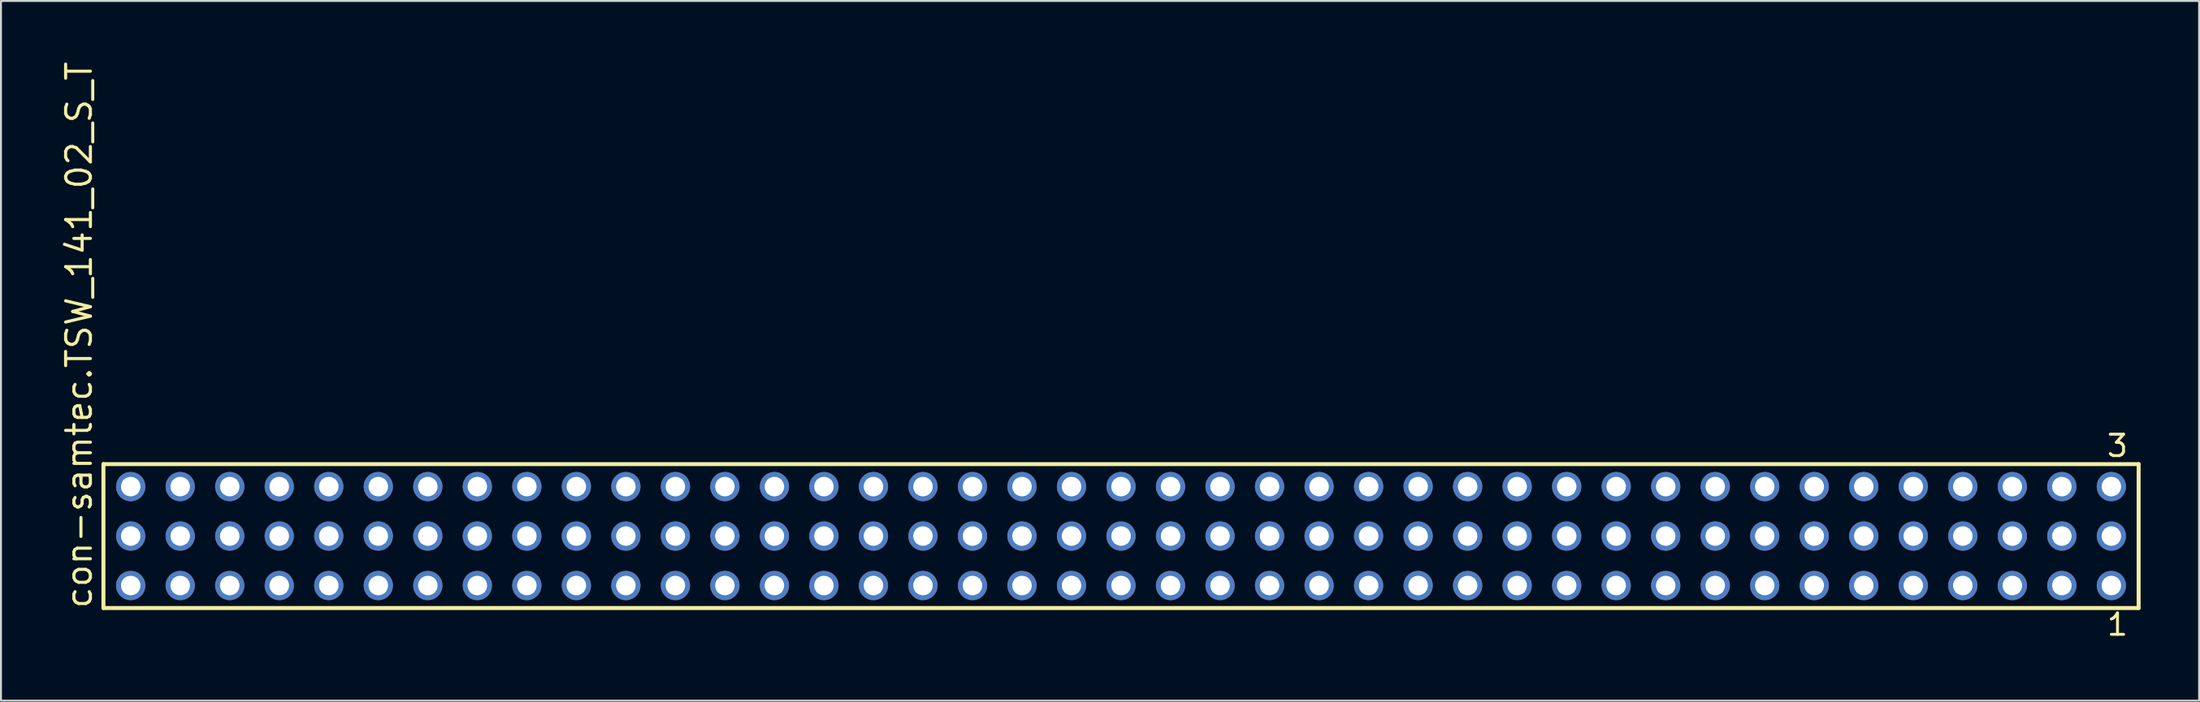
<source format=kicad_pcb>
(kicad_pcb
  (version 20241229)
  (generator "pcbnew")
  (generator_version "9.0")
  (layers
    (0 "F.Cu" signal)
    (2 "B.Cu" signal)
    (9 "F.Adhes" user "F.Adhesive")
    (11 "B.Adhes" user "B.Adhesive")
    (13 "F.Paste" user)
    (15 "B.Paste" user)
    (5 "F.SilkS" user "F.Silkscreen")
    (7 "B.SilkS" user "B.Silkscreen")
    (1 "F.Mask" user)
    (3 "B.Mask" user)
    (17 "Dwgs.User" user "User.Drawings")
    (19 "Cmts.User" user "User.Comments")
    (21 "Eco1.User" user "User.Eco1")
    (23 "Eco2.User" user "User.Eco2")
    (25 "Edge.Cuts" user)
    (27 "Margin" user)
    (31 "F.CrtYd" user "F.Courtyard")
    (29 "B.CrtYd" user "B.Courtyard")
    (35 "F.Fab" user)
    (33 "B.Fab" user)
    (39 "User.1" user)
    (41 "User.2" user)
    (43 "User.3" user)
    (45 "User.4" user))
  (footprint "con-samtec.TSW_141_02_S_T"
    (layer "F.Cu")
    (at 54.455 24.477)
    (property "Reference" "con-samtec.TSW_141_02_S_T" (at -52.705 3.81 90) (layer "F.SilkS") (effects (font (size 1.27 1.27) (thickness 0.16)) (justify left bottom)))
    (attr through_hole)
    (fp_line (start -52.199 -3.695) (end 52.199 -3.695) (stroke (width 0.203) (type default)) (layer "F.SilkS"))
    (fp_line (start -52.199 3.695) (end -52.199 -3.695) (stroke (width 0.203) (type default)) (layer "F.SilkS"))
    (fp_line (start 52.199 -3.695) (end 52.199 3.695) (stroke (width 0.203) (type default)) (layer "F.SilkS"))
    (fp_line (start 52.199 3.695) (end -52.199 3.695) (stroke (width 0.203) (type default)) (layer "F.SilkS"))
    (fp_rect (start -51.15 -2.19) (end -50.45 -2.89) (stroke (width 0.05) (type default)) (fill no) (layer "F.Fab"))
    (fp_rect (start -51.15 0.35) (end -50.45 -0.35) (stroke (width 0.05) (type default)) (fill no) (layer "F.Fab"))
    (fp_rect (start -51.15 2.89) (end -50.45 2.19) (stroke (width 0.05) (type default)) (fill no) (layer "F.Fab"))
    (fp_rect (start -48.61 -2.19) (end -47.91 -2.89) (stroke (width 0.05) (type default)) (fill no) (layer "F.Fab"))
    (fp_rect (start -48.61 0.35) (end -47.91 -0.35) (stroke (width 0.05) (type default)) (fill no) (layer "F.Fab"))
    (fp_rect (start -48.61 2.89) (end -47.91 2.19) (stroke (width 0.05) (type default)) (fill no) (layer "F.Fab"))
    (fp_rect (start -46.07 -2.19) (end -45.37 -2.89) (stroke (width 0.05) (type default)) (fill no) (layer "F.Fab"))
    (fp_rect (start -46.07 0.35) (end -45.37 -0.35) (stroke (width 0.05) (type default)) (fill no) (layer "F.Fab"))
    (fp_rect (start -46.07 2.89) (end -45.37 2.19) (stroke (width 0.05) (type default)) (fill no) (layer "F.Fab"))
    (fp_rect (start -43.53 -2.19) (end -42.83 -2.89) (stroke (width 0.05) (type default)) (fill no) (layer "F.Fab"))
    (fp_rect (start -43.53 0.35) (end -42.83 -0.35) (stroke (width 0.05) (type default)) (fill no) (layer "F.Fab"))
    (fp_rect (start -43.53 2.89) (end -42.83 2.19) (stroke (width 0.05) (type default)) (fill no) (layer "F.Fab"))
    (fp_rect (start -40.99 -2.19) (end -40.29 -2.89) (stroke (width 0.05) (type default)) (fill no) (layer "F.Fab"))
    (fp_rect (start -40.99 0.35) (end -40.29 -0.35) (stroke (width 0.05) (type default)) (fill no) (layer "F.Fab"))
    (fp_rect (start -40.99 2.89) (end -40.29 2.19) (stroke (width 0.05) (type default)) (fill no) (layer "F.Fab"))
    (fp_rect (start -38.45 -2.19) (end -37.75 -2.89) (stroke (width 0.05) (type default)) (fill no) (layer "F.Fab"))
    (fp_rect (start -38.45 0.35) (end -37.75 -0.35) (stroke (width 0.05) (type default)) (fill no) (layer "F.Fab"))
    (fp_rect (start -38.45 2.89) (end -37.75 2.19) (stroke (width 0.05) (type default)) (fill no) (layer "F.Fab"))
    (fp_rect (start -35.91 -2.19) (end -35.21 -2.89) (stroke (width 0.05) (type default)) (fill no) (layer "F.Fab"))
    (fp_rect (start -35.91 0.35) (end -35.21 -0.35) (stroke (width 0.05) (type default)) (fill no) (layer "F.Fab"))
    (fp_rect (start -35.91 2.89) (end -35.21 2.19) (stroke (width 0.05) (type default)) (fill no) (layer "F.Fab"))
    (fp_rect (start -33.37 -2.19) (end -32.67 -2.89) (stroke (width 0.05) (type default)) (fill no) (layer "F.Fab"))
    (fp_rect (start -33.37 0.35) (end -32.67 -0.35) (stroke (width 0.05) (type default)) (fill no) (layer "F.Fab"))
    (fp_rect (start -33.37 2.89) (end -32.67 2.19) (stroke (width 0.05) (type default)) (fill no) (layer "F.Fab"))
    (fp_rect (start -30.83 -2.19) (end -30.13 -2.89) (stroke (width 0.05) (type default)) (fill no) (layer "F.Fab"))
    (fp_rect (start -30.83 0.35) (end -30.13 -0.35) (stroke (width 0.05) (type default)) (fill no) (layer "F.Fab"))
    (fp_rect (start -30.83 2.89) (end -30.13 2.19) (stroke (width 0.05) (type default)) (fill no) (layer "F.Fab"))
    (fp_rect (start -28.29 -2.19) (end -27.59 -2.89) (stroke (width 0.05) (type default)) (fill no) (layer "F.Fab"))
    (fp_rect (start -28.29 0.35) (end -27.59 -0.35) (stroke (width 0.05) (type default)) (fill no) (layer "F.Fab"))
    (fp_rect (start -28.29 2.89) (end -27.59 2.19) (stroke (width 0.05) (type default)) (fill no) (layer "F.Fab"))
    (fp_rect (start -25.75 -2.19) (end -25.05 -2.89) (stroke (width 0.05) (type default)) (fill no) (layer "F.Fab"))
    (fp_rect (start -25.75 0.35) (end -25.05 -0.35) (stroke (width 0.05) (type default)) (fill no) (layer "F.Fab"))
    (fp_rect (start -25.75 2.89) (end -25.05 2.19) (stroke (width 0.05) (type default)) (fill no) (layer "F.Fab"))
    (fp_rect (start -23.21 -2.19) (end -22.51 -2.89) (stroke (width 0.05) (type default)) (fill no) (layer "F.Fab"))
    (fp_rect (start -23.21 0.35) (end -22.51 -0.35) (stroke (width 0.05) (type default)) (fill no) (layer "F.Fab"))
    (fp_rect (start -23.21 2.89) (end -22.51 2.19) (stroke (width 0.05) (type default)) (fill no) (layer "F.Fab"))
    (fp_rect (start -20.67 -2.19) (end -19.97 -2.89) (stroke (width 0.05) (type default)) (fill no) (layer "F.Fab"))
    (fp_rect (start -20.67 0.35) (end -19.97 -0.35) (stroke (width 0.05) (type default)) (fill no) (layer "F.Fab"))
    (fp_rect (start -20.67 2.89) (end -19.97 2.19) (stroke (width 0.05) (type default)) (fill no) (layer "F.Fab"))
    (fp_rect (start -18.13 -2.19) (end -17.43 -2.89) (stroke (width 0.05) (type default)) (fill no) (layer "F.Fab"))
    (fp_rect (start -18.13 0.35) (end -17.43 -0.35) (stroke (width 0.05) (type default)) (fill no) (layer "F.Fab"))
    (fp_rect (start -18.13 2.89) (end -17.43 2.19) (stroke (width 0.05) (type default)) (fill no) (layer "F.Fab"))
    (fp_rect (start -15.59 -2.19) (end -14.89 -2.89) (stroke (width 0.05) (type default)) (fill no) (layer "F.Fab"))
    (fp_rect (start -15.59 0.35) (end -14.89 -0.35) (stroke (width 0.05) (type default)) (fill no) (layer "F.Fab"))
    (fp_rect (start -15.59 2.89) (end -14.89 2.19) (stroke (width 0.05) (type default)) (fill no) (layer "F.Fab"))
    (fp_rect (start -13.05 -2.19) (end -12.35 -2.89) (stroke (width 0.05) (type default)) (fill no) (layer "F.Fab"))
    (fp_rect (start -13.05 0.35) (end -12.35 -0.35) (stroke (width 0.05) (type default)) (fill no) (layer "F.Fab"))
    (fp_rect (start -13.05 2.89) (end -12.35 2.19) (stroke (width 0.05) (type default)) (fill no) (layer "F.Fab"))
    (fp_rect (start -10.51 -2.19) (end -9.81 -2.89) (stroke (width 0.05) (type default)) (fill no) (layer "F.Fab"))
    (fp_rect (start -10.51 0.35) (end -9.81 -0.35) (stroke (width 0.05) (type default)) (fill no) (layer "F.Fab"))
    (fp_rect (start -10.51 2.89) (end -9.81 2.19) (stroke (width 0.05) (type default)) (fill no) (layer "F.Fab"))
    (fp_rect (start -7.97 -2.19) (end -7.27 -2.89) (stroke (width 0.05) (type default)) (fill no) (layer "F.Fab"))
    (fp_rect (start -7.97 0.35) (end -7.27 -0.35) (stroke (width 0.05) (type default)) (fill no) (layer "F.Fab"))
    (fp_rect (start -7.97 2.89) (end -7.27 2.19) (stroke (width 0.05) (type default)) (fill no) (layer "F.Fab"))
    (fp_rect (start -5.43 -2.19) (end -4.73 -2.89) (stroke (width 0.05) (type default)) (fill no) (layer "F.Fab"))
    (fp_rect (start -5.43 0.35) (end -4.73 -0.35) (stroke (width 0.05) (type default)) (fill no) (layer "F.Fab"))
    (fp_rect (start -5.43 2.89) (end -4.73 2.19) (stroke (width 0.05) (type default)) (fill no) (layer "F.Fab"))
    (fp_rect (start -2.89 -2.19) (end -2.19 -2.89) (stroke (width 0.05) (type default)) (fill no) (layer "F.Fab"))
    (fp_rect (start -2.89 0.35) (end -2.19 -0.35) (stroke (width 0.05) (type default)) (fill no) (layer "F.Fab"))
    (fp_rect (start -2.89 2.89) (end -2.19 2.19) (stroke (width 0.05) (type default)) (fill no) (layer "F.Fab"))
    (fp_rect (start -0.35 -2.19) (end 0.35 -2.89) (stroke (width 0.05) (type default)) (fill no) (layer "F.Fab"))
    (fp_rect (start -0.35 0.35) (end 0.35 -0.35) (stroke (width 0.05) (type default)) (fill no) (layer "F.Fab"))
    (fp_rect (start -0.35 2.89) (end 0.35 2.19) (stroke (width 0.05) (type default)) (fill no) (layer "F.Fab"))
    (fp_rect (start 2.19 -2.19) (end 2.89 -2.89) (stroke (width 0.05) (type default)) (fill no) (layer "F.Fab"))
    (fp_rect (start 2.19 0.35) (end 2.89 -0.35) (stroke (width 0.05) (type default)) (fill no) (layer "F.Fab"))
    (fp_rect (start 2.19 2.89) (end 2.89 2.19) (stroke (width 0.05) (type default)) (fill no) (layer "F.Fab"))
    (fp_rect (start 4.73 -2.19) (end 5.43 -2.89) (stroke (width 0.05) (type default)) (fill no) (layer "F.Fab"))
    (fp_rect (start 4.73 0.35) (end 5.43 -0.35) (stroke (width 0.05) (type default)) (fill no) (layer "F.Fab"))
    (fp_rect (start 4.73 2.89) (end 5.43 2.19) (stroke (width 0.05) (type default)) (fill no) (layer "F.Fab"))
    (fp_rect (start 7.27 -2.19) (end 7.97 -2.89) (stroke (width 0.05) (type default)) (fill no) (layer "F.Fab"))
    (fp_rect (start 7.27 0.35) (end 7.97 -0.35) (stroke (width 0.05) (type default)) (fill no) (layer "F.Fab"))
    (fp_rect (start 7.27 2.89) (end 7.97 2.19) (stroke (width 0.05) (type default)) (fill no) (layer "F.Fab"))
    (fp_rect (start 9.81 -2.19) (end 10.51 -2.89) (stroke (width 0.05) (type default)) (fill no) (layer "F.Fab"))
    (fp_rect (start 9.81 0.35) (end 10.51 -0.35) (stroke (width 0.05) (type default)) (fill no) (layer "F.Fab"))
    (fp_rect (start 9.81 2.89) (end 10.51 2.19) (stroke (width 0.05) (type default)) (fill no) (layer "F.Fab"))
    (fp_rect (start 12.35 -2.19) (end 13.05 -2.89) (stroke (width 0.05) (type default)) (fill no) (layer "F.Fab"))
    (fp_rect (start 12.35 0.35) (end 13.05 -0.35) (stroke (width 0.05) (type default)) (fill no) (layer "F.Fab"))
    (fp_rect (start 12.35 2.89) (end 13.05 2.19) (stroke (width 0.05) (type default)) (fill no) (layer "F.Fab"))
    (fp_rect (start 14.89 -2.19) (end 15.59 -2.89) (stroke (width 0.05) (type default)) (fill no) (layer "F.Fab"))
    (fp_rect (start 14.89 0.35) (end 15.59 -0.35) (stroke (width 0.05) (type default)) (fill no) (layer "F.Fab"))
    (fp_rect (start 14.89 2.89) (end 15.59 2.19) (stroke (width 0.05) (type default)) (fill no) (layer "F.Fab"))
    (fp_rect (start 17.43 -2.19) (end 18.13 -2.89) (stroke (width 0.05) (type default)) (fill no) (layer "F.Fab"))
    (fp_rect (start 17.43 0.35) (end 18.13 -0.35) (stroke (width 0.05) (type default)) (fill no) (layer "F.Fab"))
    (fp_rect (start 17.43 2.89) (end 18.13 2.19) (stroke (width 0.05) (type default)) (fill no) (layer "F.Fab"))
    (fp_rect (start 19.97 -2.19) (end 20.67 -2.89) (stroke (width 0.05) (type default)) (fill no) (layer "F.Fab"))
    (fp_rect (start 19.97 0.35) (end 20.67 -0.35) (stroke (width 0.05) (type default)) (fill no) (layer "F.Fab"))
    (fp_rect (start 19.97 2.89) (end 20.67 2.19) (stroke (width 0.05) (type default)) (fill no) (layer "F.Fab"))
    (fp_rect (start 22.51 -2.19) (end 23.21 -2.89) (stroke (width 0.05) (type default)) (fill no) (layer "F.Fab"))
    (fp_rect (start 22.51 0.35) (end 23.21 -0.35) (stroke (width 0.05) (type default)) (fill no) (layer "F.Fab"))
    (fp_rect (start 22.51 2.89) (end 23.21 2.19) (stroke (width 0.05) (type default)) (fill no) (layer "F.Fab"))
    (fp_rect (start 25.05 -2.19) (end 25.75 -2.89) (stroke (width 0.05) (type default)) (fill no) (layer "F.Fab"))
    (fp_rect (start 25.05 0.35) (end 25.75 -0.35) (stroke (width 0.05) (type default)) (fill no) (layer "F.Fab"))
    (fp_rect (start 25.05 2.89) (end 25.75 2.19) (stroke (width 0.05) (type default)) (fill no) (layer "F.Fab"))
    (fp_rect (start 27.59 -2.19) (end 28.29 -2.89) (stroke (width 0.05) (type default)) (fill no) (layer "F.Fab"))
    (fp_rect (start 27.59 0.35) (end 28.29 -0.35) (stroke (width 0.05) (type default)) (fill no) (layer "F.Fab"))
    (fp_rect (start 27.59 2.89) (end 28.29 2.19) (stroke (width 0.05) (type default)) (fill no) (layer "F.Fab"))
    (fp_rect (start 30.13 -2.19) (end 30.83 -2.89) (stroke (width 0.05) (type default)) (fill no) (layer "F.Fab"))
    (fp_rect (start 30.13 0.35) (end 30.83 -0.35) (stroke (width 0.05) (type default)) (fill no) (layer "F.Fab"))
    (fp_rect (start 30.13 2.89) (end 30.83 2.19) (stroke (width 0.05) (type default)) (fill no) (layer "F.Fab"))
    (fp_rect (start 32.67 -2.19) (end 33.37 -2.89) (stroke (width 0.05) (type default)) (fill no) (layer "F.Fab"))
    (fp_rect (start 32.67 0.35) (end 33.37 -0.35) (stroke (width 0.05) (type default)) (fill no) (layer "F.Fab"))
    (fp_rect (start 32.67 2.89) (end 33.37 2.19) (stroke (width 0.05) (type default)) (fill no) (layer "F.Fab"))
    (fp_rect (start 35.21 -2.19) (end 35.91 -2.89) (stroke (width 0.05) (type default)) (fill no) (layer "F.Fab"))
    (fp_rect (start 35.21 0.35) (end 35.91 -0.35) (stroke (width 0.05) (type default)) (fill no) (layer "F.Fab"))
    (fp_rect (start 35.21 2.89) (end 35.91 2.19) (stroke (width 0.05) (type default)) (fill no) (layer "F.Fab"))
    (fp_rect (start 37.75 -2.19) (end 38.45 -2.89) (stroke (width 0.05) (type default)) (fill no) (layer "F.Fab"))
    (fp_rect (start 37.75 0.35) (end 38.45 -0.35) (stroke (width 0.05) (type default)) (fill no) (layer "F.Fab"))
    (fp_rect (start 37.75 2.89) (end 38.45 2.19) (stroke (width 0.05) (type default)) (fill no) (layer "F.Fab"))
    (fp_rect (start 40.29 -2.19) (end 40.99 -2.89) (stroke (width 0.05) (type default)) (fill no) (layer "F.Fab"))
    (fp_rect (start 40.29 0.35) (end 40.99 -0.35) (stroke (width 0.05) (type default)) (fill no) (layer "F.Fab"))
    (fp_rect (start 40.29 2.89) (end 40.99 2.19) (stroke (width 0.05) (type default)) (fill no) (layer "F.Fab"))
    (fp_rect (start 42.83 -2.19) (end 43.53 -2.89) (stroke (width 0.05) (type default)) (fill no) (layer "F.Fab"))
    (fp_rect (start 42.83 0.35) (end 43.53 -0.35) (stroke (width 0.05) (type default)) (fill no) (layer "F.Fab"))
    (fp_rect (start 42.83 2.89) (end 43.53 2.19) (stroke (width 0.05) (type default)) (fill no) (layer "F.Fab"))
    (fp_rect (start 45.37 -2.19) (end 46.07 -2.89) (stroke (width 0.05) (type default)) (fill no) (layer "F.Fab"))
    (fp_rect (start 45.37 0.35) (end 46.07 -0.35) (stroke (width 0.05) (type default)) (fill no) (layer "F.Fab"))
    (fp_rect (start 45.37 2.89) (end 46.07 2.19) (stroke (width 0.05) (type default)) (fill no) (layer "F.Fab"))
    (fp_rect (start 47.91 -2.19) (end 48.61 -2.89) (stroke (width 0.05) (type default)) (fill no) (layer "F.Fab"))
    (fp_rect (start 47.91 0.35) (end 48.61 -0.35) (stroke (width 0.05) (type default)) (fill no) (layer "F.Fab"))
    (fp_rect (start 47.91 2.89) (end 48.61 2.19) (stroke (width 0.05) (type default)) (fill no) (layer "F.Fab"))
    (fp_rect (start 50.45 -2.19) (end 51.15 -2.89) (stroke (width 0.05) (type default)) (fill no) (layer "F.Fab"))
    (fp_rect (start 50.45 0.35) (end 51.15 -0.35) (stroke (width 0.05) (type default)) (fill no) (layer "F.Fab"))
    (fp_rect (start 50.45 2.89) (end 51.15 2.19) (stroke (width 0.05) (type default)) (fill no) (layer "F.Fab"))
    (fp_text user "1" (at 50.492 5.188 0) (layer "F.SilkS") (effects (font (size 1.1 1.1) (thickness 0.15)) (justify left bottom)))
    (fp_text user "3" (at 50.488 -3.989 0) (layer "F.SilkS") (effects (font (size 1.1 1.1) (thickness 0.15)) (justify left bottom)))
    (pad "1" thru_hole circle (at 50.8 2.54 180) (size 1.5 1.5) (drill 1) (layers "*.Cu" "*.Mask"))
    (pad "2" thru_hole circle (at 50.8 0 180) (size 1.5 1.5) (drill 1) (layers "*.Cu" "*.Mask"))
    (pad "3" thru_hole circle (at 50.8 -2.54 180) (size 1.5 1.5) (drill 1) (layers "*.Cu" "*.Mask"))
    (pad "4" thru_hole circle (at 48.26 2.54 180) (size 1.5 1.5) (drill 1) (layers "*.Cu" "*.Mask"))
    (pad "5" thru_hole circle (at 48.26 0 180) (size 1.5 1.5) (drill 1) (layers "*.Cu" "*.Mask"))
    (pad "6" thru_hole circle (at 48.26 -2.54 180) (size 1.5 1.5) (drill 1) (layers "*.Cu" "*.Mask"))
    (pad "7" thru_hole circle (at 45.72 2.54 180) (size 1.5 1.5) (drill 1) (layers "*.Cu" "*.Mask"))
    (pad "8" thru_hole circle (at 45.72 0 180) (size 1.5 1.5) (drill 1) (layers "*.Cu" "*.Mask"))
    (pad "9" thru_hole circle (at 45.72 -2.54 180) (size 1.5 1.5) (drill 1) (layers "*.Cu" "*.Mask"))
    (pad "10" thru_hole circle (at 43.18 2.54 180) (size 1.5 1.5) (drill 1) (layers "*.Cu" "*.Mask"))
    (pad "11" thru_hole circle (at 43.18 0 180) (size 1.5 1.5) (drill 1) (layers "*.Cu" "*.Mask"))
    (pad "12" thru_hole circle (at 43.18 -2.54 180) (size 1.5 1.5) (drill 1) (layers "*.Cu" "*.Mask"))
    (pad "13" thru_hole circle (at 40.64 2.54 180) (size 1.5 1.5) (drill 1) (layers "*.Cu" "*.Mask"))
    (pad "14" thru_hole circle (at 40.64 0 180) (size 1.5 1.5) (drill 1) (layers "*.Cu" "*.Mask"))
    (pad "15" thru_hole circle (at 40.64 -2.54 180) (size 1.5 1.5) (drill 1) (layers "*.Cu" "*.Mask"))
    (pad "16" thru_hole circle (at 38.1 2.54 180) (size 1.5 1.5) (drill 1) (layers "*.Cu" "*.Mask"))
    (pad "17" thru_hole circle (at 38.1 0 180) (size 1.5 1.5) (drill 1) (layers "*.Cu" "*.Mask"))
    (pad "18" thru_hole circle (at 38.1 -2.54 180) (size 1.5 1.5) (drill 1) (layers "*.Cu" "*.Mask"))
    (pad "19" thru_hole circle (at 35.56 2.54 180) (size 1.5 1.5) (drill 1) (layers "*.Cu" "*.Mask"))
    (pad "20" thru_hole circle (at 35.56 0 180) (size 1.5 1.5) (drill 1) (layers "*.Cu" "*.Mask"))
    (pad "21" thru_hole circle (at 35.56 -2.54 180) (size 1.5 1.5) (drill 1) (layers "*.Cu" "*.Mask"))
    (pad "22" thru_hole circle (at 33.02 2.54 180) (size 1.5 1.5) (drill 1) (layers "*.Cu" "*.Mask"))
    (pad "23" thru_hole circle (at 33.02 0 180) (size 1.5 1.5) (drill 1) (layers "*.Cu" "*.Mask"))
    (pad "24" thru_hole circle (at 33.02 -2.54 180) (size 1.5 1.5) (drill 1) (layers "*.Cu" "*.Mask"))
    (pad "25" thru_hole circle (at 30.48 2.54 180) (size 1.5 1.5) (drill 1) (layers "*.Cu" "*.Mask"))
    (pad "26" thru_hole circle (at 30.48 0 180) (size 1.5 1.5) (drill 1) (layers "*.Cu" "*.Mask"))
    (pad "27" thru_hole circle (at 30.48 -2.54 180) (size 1.5 1.5) (drill 1) (layers "*.Cu" "*.Mask"))
    (pad "28" thru_hole circle (at 27.94 2.54 180) (size 1.5 1.5) (drill 1) (layers "*.Cu" "*.Mask"))
    (pad "29" thru_hole circle (at 27.94 0 180) (size 1.5 1.5) (drill 1) (layers "*.Cu" "*.Mask"))
    (pad "30" thru_hole circle (at 27.94 -2.54 180) (size 1.5 1.5) (drill 1) (layers "*.Cu" "*.Mask"))
    (pad "31" thru_hole circle (at 25.4 2.54 180) (size 1.5 1.5) (drill 1) (layers "*.Cu" "*.Mask"))
    (pad "32" thru_hole circle (at 25.4 0 180) (size 1.5 1.5) (drill 1) (layers "*.Cu" "*.Mask"))
    (pad "33" thru_hole circle (at 25.4 -2.54 180) (size 1.5 1.5) (drill 1) (layers "*.Cu" "*.Mask"))
    (pad "34" thru_hole circle (at 22.86 2.54 180) (size 1.5 1.5) (drill 1) (layers "*.Cu" "*.Mask"))
    (pad "35" thru_hole circle (at 22.86 0 180) (size 1.5 1.5) (drill 1) (layers "*.Cu" "*.Mask"))
    (pad "36" thru_hole circle (at 22.86 -2.54 180) (size 1.5 1.5) (drill 1) (layers "*.Cu" "*.Mask"))
    (pad "37" thru_hole circle (at 20.32 2.54 180) (size 1.5 1.5) (drill 1) (layers "*.Cu" "*.Mask"))
    (pad "38" thru_hole circle (at 20.32 0 180) (size 1.5 1.5) (drill 1) (layers "*.Cu" "*.Mask"))
    (pad "39" thru_hole circle (at 20.32 -2.54 180) (size 1.5 1.5) (drill 1) (layers "*.Cu" "*.Mask"))
    (pad "40" thru_hole circle (at 17.78 2.54 180) (size 1.5 1.5) (drill 1) (layers "*.Cu" "*.Mask"))
    (pad "41" thru_hole circle (at 17.78 0 180) (size 1.5 1.5) (drill 1) (layers "*.Cu" "*.Mask"))
    (pad "42" thru_hole circle (at 17.78 -2.54 180) (size 1.5 1.5) (drill 1) (layers "*.Cu" "*.Mask"))
    (pad "43" thru_hole circle (at 15.24 2.54 180) (size 1.5 1.5) (drill 1) (layers "*.Cu" "*.Mask"))
    (pad "44" thru_hole circle (at 15.24 0 180) (size 1.5 1.5) (drill 1) (layers "*.Cu" "*.Mask"))
    (pad "45" thru_hole circle (at 15.24 -2.54 180) (size 1.5 1.5) (drill 1) (layers "*.Cu" "*.Mask"))
    (pad "46" thru_hole circle (at 12.7 2.54 180) (size 1.5 1.5) (drill 1) (layers "*.Cu" "*.Mask"))
    (pad "47" thru_hole circle (at 12.7 0 180) (size 1.5 1.5) (drill 1) (layers "*.Cu" "*.Mask"))
    (pad "48" thru_hole circle (at 12.7 -2.54 180) (size 1.5 1.5) (drill 1) (layers "*.Cu" "*.Mask"))
    (pad "49" thru_hole circle (at 10.16 2.54 180) (size 1.5 1.5) (drill 1) (layers "*.Cu" "*.Mask"))
    (pad "50" thru_hole circle (at 10.16 0 180) (size 1.5 1.5) (drill 1) (layers "*.Cu" "*.Mask"))
    (pad "51" thru_hole circle (at 10.16 -2.54 180) (size 1.5 1.5) (drill 1) (layers "*.Cu" "*.Mask"))
    (pad "52" thru_hole circle (at 7.62 2.54 180) (size 1.5 1.5) (drill 1) (layers "*.Cu" "*.Mask"))
    (pad "53" thru_hole circle (at 7.62 0 180) (size 1.5 1.5) (drill 1) (layers "*.Cu" "*.Mask"))
    (pad "54" thru_hole circle (at 7.62 -2.54 180) (size 1.5 1.5) (drill 1) (layers "*.Cu" "*.Mask"))
    (pad "55" thru_hole circle (at 5.08 2.54 180) (size 1.5 1.5) (drill 1) (layers "*.Cu" "*.Mask"))
    (pad "56" thru_hole circle (at 5.08 0 180) (size 1.5 1.5) (drill 1) (layers "*.Cu" "*.Mask"))
    (pad "57" thru_hole circle (at 5.08 -2.54 180) (size 1.5 1.5) (drill 1) (layers "*.Cu" "*.Mask"))
    (pad "58" thru_hole circle (at 2.54 2.54 180) (size 1.5 1.5) (drill 1) (layers "*.Cu" "*.Mask"))
    (pad "59" thru_hole circle (at 2.54 0 180) (size 1.5 1.5) (drill 1) (layers "*.Cu" "*.Mask"))
    (pad "60" thru_hole circle (at 2.54 -2.54 180) (size 1.5 1.5) (drill 1) (layers "*.Cu" "*.Mask"))
    (pad "61" thru_hole circle (at 0 2.54 180) (size 1.5 1.5) (drill 1) (layers "*.Cu" "*.Mask"))
    (pad "62" thru_hole circle (at 0 0 180) (size 1.5 1.5) (drill 1) (layers "*.Cu" "*.Mask"))
    (pad "63" thru_hole circle (at 0 -2.54 180) (size 1.5 1.5) (drill 1) (layers "*.Cu" "*.Mask"))
    (pad "64" thru_hole circle (at -2.54 2.54 180) (size 1.5 1.5) (drill 1) (layers "*.Cu" "*.Mask"))
    (pad "65" thru_hole circle (at -2.54 0 180) (size 1.5 1.5) (drill 1) (layers "*.Cu" "*.Mask"))
    (pad "66" thru_hole circle (at -2.54 -2.54 180) (size 1.5 1.5) (drill 1) (layers "*.Cu" "*.Mask"))
    (pad "67" thru_hole circle (at -5.08 2.54 180) (size 1.5 1.5) (drill 1) (layers "*.Cu" "*.Mask"))
    (pad "68" thru_hole circle (at -5.08 0 180) (size 1.5 1.5) (drill 1) (layers "*.Cu" "*.Mask"))
    (pad "69" thru_hole circle (at -5.08 -2.54 180) (size 1.5 1.5) (drill 1) (layers "*.Cu" "*.Mask"))
    (pad "70" thru_hole circle (at -7.62 2.54 180) (size 1.5 1.5) (drill 1) (layers "*.Cu" "*.Mask"))
    (pad "71" thru_hole circle (at -7.62 0 180) (size 1.5 1.5) (drill 1) (layers "*.Cu" "*.Mask"))
    (pad "72" thru_hole circle (at -7.62 -2.54 180) (size 1.5 1.5) (drill 1) (layers "*.Cu" "*.Mask"))
    (pad "73" thru_hole circle (at -10.16 2.54 180) (size 1.5 1.5) (drill 1) (layers "*.Cu" "*.Mask"))
    (pad "74" thru_hole circle (at -10.16 0 180) (size 1.5 1.5) (drill 1) (layers "*.Cu" "*.Mask"))
    (pad "75" thru_hole circle (at -10.16 -2.54 180) (size 1.5 1.5) (drill 1) (layers "*.Cu" "*.Mask"))
    (pad "76" thru_hole circle (at -12.7 2.54 180) (size 1.5 1.5) (drill 1) (layers "*.Cu" "*.Mask"))
    (pad "77" thru_hole circle (at -12.7 0 180) (size 1.5 1.5) (drill 1) (layers "*.Cu" "*.Mask"))
    (pad "78" thru_hole circle (at -12.7 -2.54 180) (size 1.5 1.5) (drill 1) (layers "*.Cu" "*.Mask"))
    (pad "79" thru_hole circle (at -15.24 2.54 180) (size 1.5 1.5) (drill 1) (layers "*.Cu" "*.Mask"))
    (pad "80" thru_hole circle (at -15.24 0 180) (size 1.5 1.5) (drill 1) (layers "*.Cu" "*.Mask"))
    (pad "81" thru_hole circle (at -15.24 -2.54 180) (size 1.5 1.5) (drill 1) (layers "*.Cu" "*.Mask"))
    (pad "82" thru_hole circle (at -17.78 2.54 180) (size 1.5 1.5) (drill 1) (layers "*.Cu" "*.Mask"))
    (pad "83" thru_hole circle (at -17.78 0 180) (size 1.5 1.5) (drill 1) (layers "*.Cu" "*.Mask"))
    (pad "84" thru_hole circle (at -17.78 -2.54 180) (size 1.5 1.5) (drill 1) (layers "*.Cu" "*.Mask"))
    (pad "85" thru_hole circle (at -20.32 2.54 180) (size 1.5 1.5) (drill 1) (layers "*.Cu" "*.Mask"))
    (pad "86" thru_hole circle (at -20.32 0 180) (size 1.5 1.5) (drill 1) (layers "*.Cu" "*.Mask"))
    (pad "87" thru_hole circle (at -20.32 -2.54 180) (size 1.5 1.5) (drill 1) (layers "*.Cu" "*.Mask"))
    (pad "88" thru_hole circle (at -22.86 2.54 180) (size 1.5 1.5) (drill 1) (layers "*.Cu" "*.Mask"))
    (pad "89" thru_hole circle (at -22.86 0 180) (size 1.5 1.5) (drill 1) (layers "*.Cu" "*.Mask"))
    (pad "90" thru_hole circle (at -22.86 -2.54 180) (size 1.5 1.5) (drill 1) (layers "*.Cu" "*.Mask"))
    (pad "91" thru_hole circle (at -25.4 2.54 180) (size 1.5 1.5) (drill 1) (layers "*.Cu" "*.Mask"))
    (pad "92" thru_hole circle (at -25.4 0 180) (size 1.5 1.5) (drill 1) (layers "*.Cu" "*.Mask"))
    (pad "93" thru_hole circle (at -25.4 -2.54 180) (size 1.5 1.5) (drill 1) (layers "*.Cu" "*.Mask"))
    (pad "94" thru_hole circle (at -27.94 2.54 180) (size 1.5 1.5) (drill 1) (layers "*.Cu" "*.Mask"))
    (pad "95" thru_hole circle (at -27.94 0 180) (size 1.5 1.5) (drill 1) (layers "*.Cu" "*.Mask"))
    (pad "96" thru_hole circle (at -27.94 -2.54 180) (size 1.5 1.5) (drill 1) (layers "*.Cu" "*.Mask"))
    (pad "97" thru_hole circle (at -30.48 2.54 180) (size 1.5 1.5) (drill 1) (layers "*.Cu" "*.Mask"))
    (pad "98" thru_hole circle (at -30.48 0 180) (size 1.5 1.5) (drill 1) (layers "*.Cu" "*.Mask"))
    (pad "99" thru_hole circle (at -30.48 -2.54 180) (size 1.5 1.5) (drill 1) (layers "*.Cu" "*.Mask"))
    (pad "100" thru_hole circle (at -33.02 2.54 180) (size 1.5 1.5) (drill 1) (layers "*.Cu" "*.Mask"))
    (pad "101" thru_hole circle (at -33.02 0 180) (size 1.5 1.5) (drill 1) (layers "*.Cu" "*.Mask"))
    (pad "102" thru_hole circle (at -33.02 -2.54 180) (size 1.5 1.5) (drill 1) (layers "*.Cu" "*.Mask"))
    (pad "103" thru_hole circle (at -35.56 2.54 180) (size 1.5 1.5) (drill 1) (layers "*.Cu" "*.Mask"))
    (pad "104" thru_hole circle (at -35.56 0 180) (size 1.5 1.5) (drill 1) (layers "*.Cu" "*.Mask"))
    (pad "105" thru_hole circle (at -35.56 -2.54 180) (size 1.5 1.5) (drill 1) (layers "*.Cu" "*.Mask"))
    (pad "106" thru_hole circle (at -38.1 2.54 180) (size 1.5 1.5) (drill 1) (layers "*.Cu" "*.Mask"))
    (pad "107" thru_hole circle (at -38.1 0 180) (size 1.5 1.5) (drill 1) (layers "*.Cu" "*.Mask"))
    (pad "108" thru_hole circle (at -38.1 -2.54 180) (size 1.5 1.5) (drill 1) (layers "*.Cu" "*.Mask"))
    (pad "109" thru_hole circle (at -40.64 2.54 180) (size 1.5 1.5) (drill 1) (layers "*.Cu" "*.Mask"))
    (pad "110" thru_hole circle (at -40.64 0 180) (size 1.5 1.5) (drill 1) (layers "*.Cu" "*.Mask"))
    (pad "111" thru_hole circle (at -40.64 -2.54 180) (size 1.5 1.5) (drill 1) (layers "*.Cu" "*.Mask"))
    (pad "112" thru_hole circle (at -43.18 2.54 180) (size 1.5 1.5) (drill 1) (layers "*.Cu" "*.Mask"))
    (pad "113" thru_hole circle (at -43.18 0 180) (size 1.5 1.5) (drill 1) (layers "*.Cu" "*.Mask"))
    (pad "114" thru_hole circle (at -43.18 -2.54 180) (size 1.5 1.5) (drill 1) (layers "*.Cu" "*.Mask"))
    (pad "115" thru_hole circle (at -45.72 2.54 180) (size 1.5 1.5) (drill 1) (layers "*.Cu" "*.Mask"))
    (pad "116" thru_hole circle (at -45.72 0 180) (size 1.5 1.5) (drill 1) (layers "*.Cu" "*.Mask"))
    (pad "117" thru_hole circle (at -45.72 -2.54 180) (size 1.5 1.5) (drill 1) (layers "*.Cu" "*.Mask"))
    (pad "118" thru_hole circle (at -48.26 2.54 180) (size 1.5 1.5) (drill 1) (layers "*.Cu" "*.Mask"))
    (pad "119" thru_hole circle (at -48.26 0 180) (size 1.5 1.5) (drill 1) (layers "*.Cu" "*.Mask"))
    (pad "120" thru_hole circle (at -48.26 -2.54 180) (size 1.5 1.5) (drill 1) (layers "*.Cu" "*.Mask"))
    (pad "121" thru_hole circle (at -50.8 2.54 180) (size 1.5 1.5) (drill 1) (layers "*.Cu" "*.Mask"))
    (pad "122" thru_hole circle (at -50.8 0 180) (size 1.5 1.5) (drill 1) (layers "*.Cu" "*.Mask"))
    (pad "123" thru_hole circle (at -50.8 -2.54 180) (size 1.5 1.5) (drill 1) (layers "*.Cu" "*.Mask")))
  (gr_rect
    (start -3 -3)
    (end 109.756 32.928)
    (stroke (width 0.1) (type default))
    (fill no)
    (layer "Edge.Cuts")))
</source>
